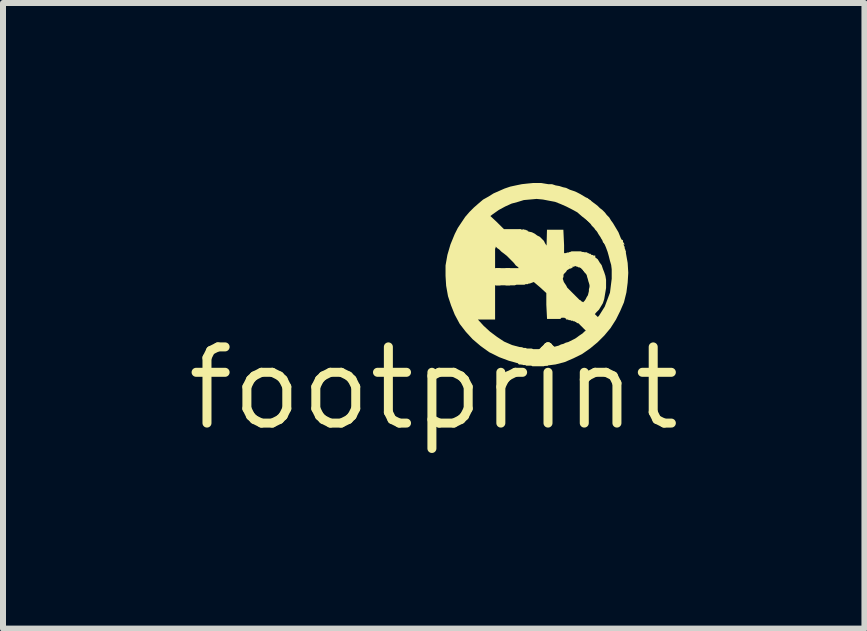
<source format=kicad_pcb>
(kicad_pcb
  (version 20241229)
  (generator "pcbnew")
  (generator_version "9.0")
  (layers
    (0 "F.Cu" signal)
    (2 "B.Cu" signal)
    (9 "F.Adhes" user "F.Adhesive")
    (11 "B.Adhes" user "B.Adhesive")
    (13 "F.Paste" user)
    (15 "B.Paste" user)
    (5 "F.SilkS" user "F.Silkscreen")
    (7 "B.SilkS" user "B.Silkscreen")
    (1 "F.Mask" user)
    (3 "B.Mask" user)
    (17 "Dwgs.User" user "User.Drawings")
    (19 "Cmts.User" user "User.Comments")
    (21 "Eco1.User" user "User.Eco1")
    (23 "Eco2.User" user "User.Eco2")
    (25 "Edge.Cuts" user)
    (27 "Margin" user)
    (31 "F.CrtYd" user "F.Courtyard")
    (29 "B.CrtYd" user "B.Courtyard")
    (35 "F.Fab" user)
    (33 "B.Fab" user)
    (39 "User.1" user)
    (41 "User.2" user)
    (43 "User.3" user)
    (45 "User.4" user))
  (footprint "footprint"
    (layer "F.Cu")
    (at 4.18 3.423)
    (property "Reference" "footprint" (at 0 0 0) (layer "F.SilkS") (effects (font (size 1.27 1.27) (thickness 0.15))))
    (fp_poly (pts (xy 1.273 -1.717) (xy 1.037 -1.717) (xy 1.037 -2.003) (xy 1.273 -2.003)) (stroke (width 0) (type solid)) (fill yes) (layer "F.SilkS"))
    (fp_poly (pts (xy 1.533 -2.633) (xy 1.563 -2.633) (xy 1.563 -2.293) (xy 1.499 -2.357) (xy 1.457 -2.357) (xy 1.457 -2.367) (xy 1.417 -2.367) (xy 1.417 -2.643) (xy 1.533 -2.643)) (stroke (width 0) (type solid)) (fill yes) (layer "F.SilkS"))
    (fp_poly (pts (xy 1.501 -0.673) (xy 1.534 -0.673) (xy 1.554 -0.663) (xy 1.631 -0.663) (xy 1.661 -0.653) (xy 1.749 -0.653) (xy 1.779 -0.663) (xy 1.903 -0.663) (xy 1.903 -0.377) (xy 1.854 -0.377) (xy 1.834 -0.367) (xy 1.646 -0.367) (xy 1.626 -0.377) (xy 1.539 -0.377) (xy 1.529 -0.387) (xy 1.489 -0.387) (xy 1.479 -0.397) (xy 1.417 -0.397) (xy 1.417 -0.407) (xy 1.407 -0.407) (xy 1.407 -0.683) (xy 1.471 -0.683)) (stroke (width 0) (type solid)) (fill yes) (layer "F.SilkS"))
    (fp_poly (pts (xy 2.73 -3.044) (xy 2.77 -3.004) (xy 2.81 -2.974) (xy 2.854 -2.93) (xy 2.884 -2.89) (xy 2.925 -2.849) (xy 2.957 -2.796) (xy 2.987 -2.756) (xy 3.079 -2.602) (xy 3.119 -2.502) (xy 3.182 -2.397) (xy 2.859 -2.397) (xy 2.822 -2.434) (xy 2.811 -2.468) (xy 2.792 -2.496) (xy 2.782 -2.516) (xy 2.742 -2.576) (xy 2.732 -2.596) (xy 2.715 -2.621) (xy 2.695 -2.641) (xy 2.675 -2.671) (xy 2.635 -2.711) (xy 2.615 -2.741) (xy 2.547 -2.809) (xy 2.547 -3.181)) (stroke (width 0) (type solid)) (fill yes) (layer "F.SilkS"))
    (fp_poly (pts (xy 2.474 -2.273) (xy 2.494 -2.273) (xy 2.514 -2.263) (xy 2.563 -2.263) (xy 2.563 -1.893) (xy 2.449 -2.007) (xy 2.446 -2.007) (xy 2.426 -2.017) (xy 2.409 -2.017) (xy 2.399 -2.027) (xy 2.386 -2.027) (xy 2.366 -2.037) (xy 2.351 -2.037) (xy 2.341 -2.027) (xy 2.313 -2.027) (xy 2.313 -2.007) (xy 2.293 -2.007) (xy 2.293 -1.997) (xy 2.261 -1.997) (xy 2.251 -1.987) (xy 2.225 -1.987) (xy 2.225 -2.025) (xy 2.245 -2.025) (xy 2.245 -2.035) (xy 2.255 -2.025) (xy 2.255 -2.045) (xy 2.263 -2.045) (xy 2.263 -2.053) (xy 2.187 -2.053) (xy 2.187 -2.231) (xy 2.219 -2.263) (xy 2.246 -2.263) (xy 2.266 -2.273) (xy 2.276 -2.273) (xy 2.296 -2.283) (xy 2.454 -2.283)) (stroke (width 0) (type solid)) (fill yes) (layer "F.SilkS"))
    (fp_poly (pts (xy 2.111 -1.157) (xy 1.889 -1.157) (xy 1.877 -1.394) (xy 1.877 -1.588) (xy 1.77 -1.686) (xy 1.668 -1.772) (xy 1.602 -1.747) (xy 1.581 -1.747) (xy 1.571 -1.737) (xy 1.534 -1.737) (xy 1.514 -1.727) (xy 1.381 -1.727) (xy 1.351 -1.717) (xy 1.197 -1.717) (xy 1.197 -2.003) (xy 1.417 -2.003) (xy 1.407 -2.019) (xy 1.368 -2.048) (xy 1.336 -2.09) (xy 1.22 -2.207) (xy 1.172 -2.245) (xy 1.13 -2.276) (xy 1.091 -2.315) (xy 1.061 -2.335) (xy 1.033 -2.363) (xy 1.033 -2.346) (xy 1.023 -2.326) (xy 1.023 -2.003) (xy 1.113 -2.003) (xy 1.113 -1.717) (xy 1.023 -1.717) (xy 1.023 -1.147) (xy 0.736 -1.147) (xy 0.832 -1.042) (xy 0.939 -0.944) (xy 1.057 -0.856) (xy 1.173 -0.779) (xy 1.307 -0.721) (xy 1.483 -0.674) (xy 1.483 -0.395) (xy 1.253 -0.459) (xy 1.09 -0.52) (xy 0.925 -0.602) (xy 0.782 -0.705) (xy 0.649 -0.818) (xy 0.536 -0.941) (xy 0.433 -1.074) (xy 0.35 -1.229) (xy 0.289 -1.382) (xy 0.238 -1.536) (xy 0.207 -1.71) (xy 0.197 -1.874) (xy 0.197 -2.048) (xy 0.228 -2.224) (xy 0.279 -2.398) (xy 0.35 -2.571) (xy 0.402 -2.674) (xy 0.525 -2.858) (xy 0.597 -2.941) (xy 0.669 -3.013) (xy 0.75 -3.084) (xy 0.823 -3.146) (xy 0.916 -3.198) (xy 0.997 -3.249) (xy 1.181 -3.33) (xy 1.275 -3.362) (xy 1.367 -3.382) (xy 1.469 -3.403) (xy 1.561 -3.413) (xy 1.663 -3.423) (xy 1.788 -3.423) (xy 1.908 -3.403) (xy 1.971 -3.403) (xy 2.034 -3.382) (xy 2.094 -3.372) (xy 2.155 -3.352) (xy 2.207 -3.341) (xy 2.27 -3.31) (xy 2.328 -3.291) (xy 2.381 -3.27) (xy 2.443 -3.238) (xy 2.545 -3.177) (xy 2.623 -3.125) (xy 2.623 -2.747) (xy 2.471 -2.866) (xy 2.393 -2.934) (xy 2.307 -2.981) (xy 2.209 -3.031) (xy 2.12 -3.07) (xy 2.024 -3.108) (xy 1.918 -3.128) (xy 1.82 -3.147) (xy 1.715 -3.157) (xy 1.502 -3.138) (xy 1.405 -3.108) (xy 1.298 -3.079) (xy 1.192 -3.031) (xy 1.085 -2.973) (xy 0.987 -2.904) (xy 0.944 -2.872) (xy 1.051 -2.772) (xy 1.171 -2.653) (xy 1.451 -2.653) (xy 1.461 -2.643) (xy 1.487 -2.643) (xy 1.487 -2.651) (xy 1.586 -2.612) (xy 1.637 -2.601) (xy 1.685 -2.577) (xy 1.725 -2.547) (xy 1.768 -2.526) (xy 1.836 -2.458) (xy 1.858 -2.414) (xy 1.878 -2.384) (xy 1.881 -2.379) (xy 1.888 -2.643) (xy 2.161 -2.643) (xy 2.173 -2.386) (xy 2.173 -2.253) (xy 2.263 -2.253) (xy 2.263 -1.995) (xy 2.222 -1.968) (xy 2.205 -1.941) (xy 2.168 -1.904) (xy 2.163 -1.889) (xy 2.163 -1.856) (xy 2.153 -1.836) (xy 2.153 -1.821) (xy 2.169 -1.772) (xy 2.208 -1.714) (xy 2.226 -1.678) (xy 2.428 -1.476) (xy 2.448 -1.466) (xy 2.471 -1.443) (xy 2.481 -1.443) (xy 2.49 -1.434) (xy 2.515 -1.459) (xy 2.532 -1.484) (xy 2.552 -1.524) (xy 2.57 -1.551) (xy 2.587 -1.62) (xy 2.587 -1.65) (xy 2.597 -1.69) (xy 2.597 -1.72) (xy 2.588 -1.754) (xy 2.578 -1.784) (xy 2.568 -1.824) (xy 2.558 -1.854) (xy 2.55 -1.889) (xy 2.535 -1.911) (xy 2.515 -1.931) (xy 2.487 -1.973) (xy 2.487 -2.263) (xy 2.551 -2.263) (xy 2.561 -2.253) (xy 2.581 -2.253) (xy 2.591 -2.243) (xy 2.611 -2.243) (xy 2.631 -2.223) (xy 2.651 -2.223) (xy 2.661 -2.213) (xy 2.693 -2.213) (xy 2.693 -2.182) (xy 2.734 -2.151) (xy 2.767 -2.096) (xy 2.799 -2.053) (xy 2.821 -1.988) (xy 2.841 -1.938) (xy 2.862 -1.874) (xy 2.873 -1.808) (xy 2.873 -1.672) (xy 2.842 -1.486) (xy 2.82 -1.419) (xy 2.755 -1.311) (xy 2.713 -1.269) (xy 2.686 -1.237) (xy 2.737 -1.187) (xy 2.737 -1.191) (xy 2.755 -1.209) (xy 2.851 -1.362) (xy 2.938 -1.594) (xy 2.967 -1.827) (xy 2.967 -1.983) (xy 2.958 -2.057) (xy 2.938 -2.125) (xy 2.918 -2.205) (xy 2.899 -2.273) (xy 2.87 -2.351) (xy 2.817 -2.473) (xy 3.153 -2.473) (xy 3.153 -2.421) (xy 3.163 -2.411) (xy 3.163 -2.391) (xy 3.173 -2.381) (xy 3.173 -2.371) (xy 3.183 -2.361) (xy 3.183 -2.334) (xy 3.193 -2.314) (xy 3.193 -2.301) (xy 3.203 -2.291) (xy 3.203 -2.258) (xy 3.233 -2.09) (xy 3.243 -1.925) (xy 3.233 -1.761) (xy 3.212 -1.598) (xy 3.171 -1.433) (xy 3.109 -1.289) (xy 3.038 -1.146) (xy 2.946 -1.002) (xy 2.843 -0.879) (xy 2.731 -0.767) (xy 2.608 -0.665) (xy 2.474 -0.572) (xy 2.331 -0.501) (xy 2.187 -0.439) (xy 2.032 -0.398) (xy 1.827 -0.372) (xy 1.827 -0.663) (xy 1.837 -0.663) (xy 1.837 -0.673) (xy 1.93 -0.673) (xy 2.082 -0.711) (xy 2.122 -0.731) (xy 2.162 -0.741) (xy 2.202 -0.761) (xy 2.242 -0.771) (xy 2.356 -0.828) (xy 2.383 -0.846) (xy 2.423 -0.876) (xy 2.481 -0.915) (xy 2.511 -0.945) (xy 2.535 -0.961) (xy 2.412 -1.084) (xy 2.406 -1.087) (xy 2.389 -1.087) (xy 2.369 -1.107) (xy 2.359 -1.107) (xy 2.349 -1.117) (xy 2.329 -1.117) (xy 2.319 -1.127) (xy 2.289 -1.127) (xy 2.279 -1.137) (xy 2.249 -1.137) (xy 2.239 -1.147) (xy 2.207 -1.147) (xy 2.207 -1.159) (xy 2.199 -1.167) (xy 2.189 -1.167) (xy 2.179 -1.177) (xy 2.131 -1.177)) (stroke (width 0) (type solid)) (fill yes) (layer "F.SilkS")))
  (gr_rect
    (start -3 -3)
    (end 11.36 7.429)
    (stroke (width 0.1) (type default))
    (fill no)
    (layer "Edge.Cuts")))
</source>
